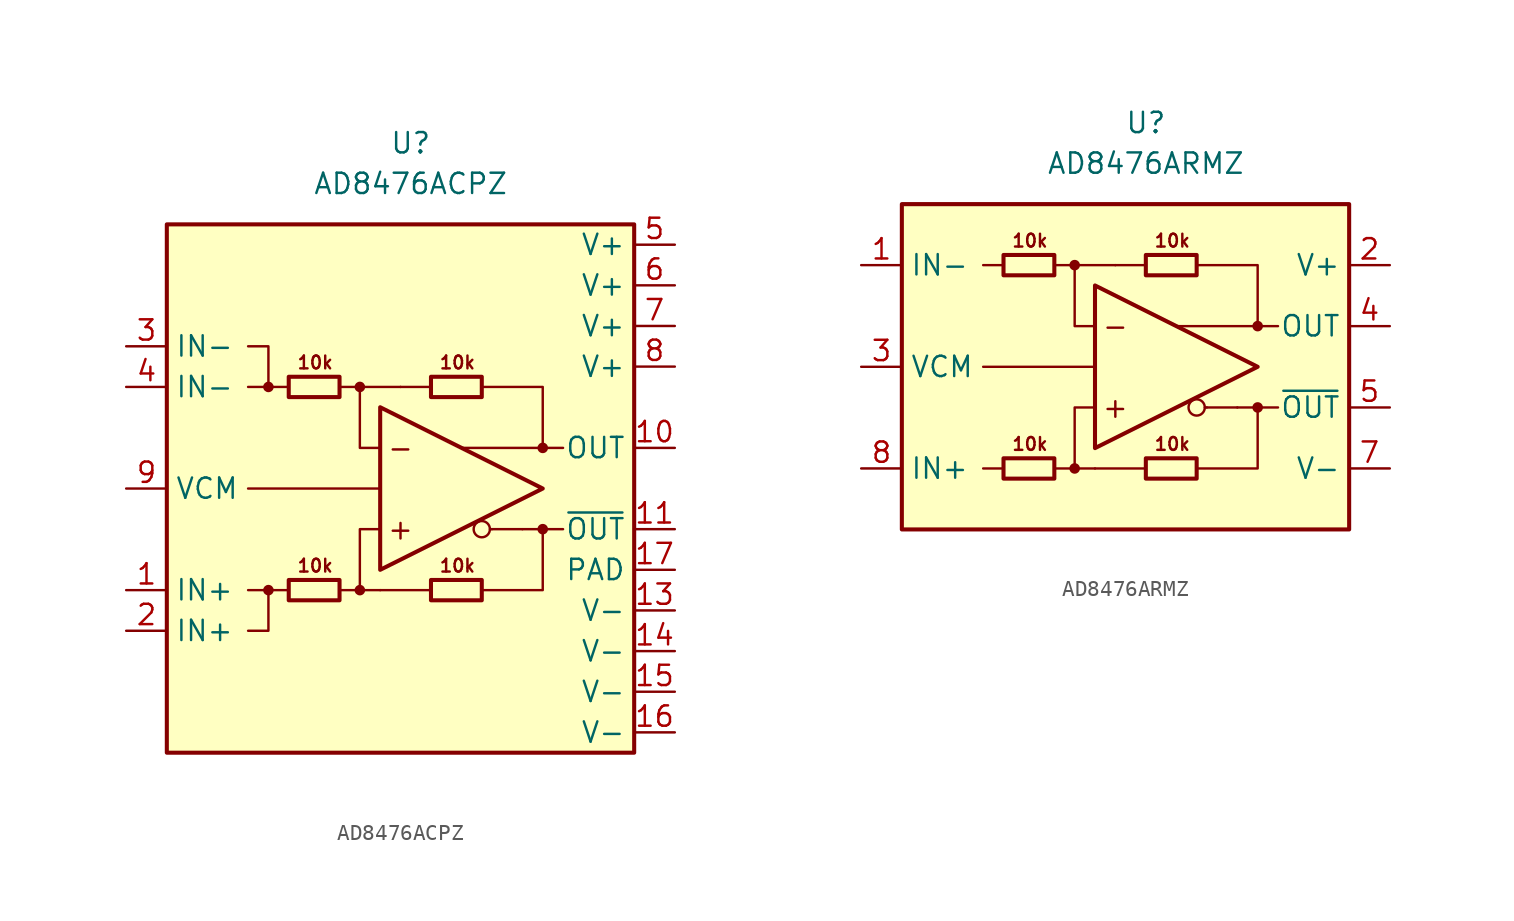
<source format=kicad_sym>
(kicad_symbol_lib
  (version 20211014)
  (generator kicad_symbol_editor)
  (symbol "AD8476ACPZ"
    (property "Reference" "U"
      (at 0 21.59 0)
      (effects (font (size 1.27 1.27))))
    (property "Value" "AD8476ACPZ"
      (at 0 19.05 0)
      (effects (font (size 1.27 1.27))))
    (symbol "AD8476ACPZ_0_0"
      (rectangle (start -15.24 16.51) (end 13.97 -16.51) (stroke (width 0.254) (type default) (color 0 0 0 0)) (fill (type background)))
      (circle (center -8.89 -6.35) (radius 0.254) (stroke (width 0.152) (type default) (color 0 0 0 0)) (fill (type outline)))
      (circle (center -8.89 6.35) (radius 0.254) (stroke (width 0.152) (type default) (color 0 0 0 0)) (fill (type outline)))
      (circle (center -3.175 -6.35) (radius 0.254) (stroke (width 0.152) (type default) (color 0 0 0 0)) (fill (type outline)))
      (circle (center -3.175 6.35) (radius 0.254) (stroke (width 0.152) (type default) (color 0 0 0 0)) (fill (type outline)))
      (polyline (pts (xy -7.62 -6.35) (xy -8.89 -6.35)) (stroke (width 0.152) (type default) (color 0 0 0 0)) (fill (type none)))
      (polyline (pts (xy -7.62 6.35) (xy -8.89 6.35)) (stroke (width 0.152) (type default) (color 0 0 0 0)) (fill (type none)))
      (polyline (pts (xy -3.175 6.35) (xy -0.635 6.35)) (stroke (width 0.152) (type default) (color 0 0 0 0)) (fill (type none)))
      (polyline (pts (xy -1.905 -6.35) (xy -3.175 -6.35)) (stroke (width 0.152) (type default) (color 0 0 0 0)) (fill (type none)))
      (polyline (pts (xy -1.905 0) (xy -10.16 0)) (stroke (width 0) (type default) (color 0 0 0 0)) (fill (type none)))
      (polyline (pts (xy 1.27 -6.35) (xy -1.905 -6.35)) (stroke (width 0.152) (type default) (color 0 0 0 0)) (fill (type none)))
      (polyline (pts (xy 1.27 6.35) (xy -0.635 6.35)) (stroke (width 0.152) (type default) (color 0 0 0 0)) (fill (type none)))
      (polyline (pts (xy 5.08 -2.54) (xy 4.953 -2.54)) (stroke (width 0.152) (type default) (color 0 0 0 0)) (fill (type none)))
      (polyline (pts (xy 6.985 -2.54) (xy 5.08 -2.54)) (stroke (width 0.152) (type default) (color 0 0 0 0)) (fill (type none)))
      (polyline (pts (xy 8.255 -2.54) (xy 9.525 -2.54)) (stroke (width 0.152) (type default) (color 0 0 0 0)) (fill (type none)))
      (polyline (pts (xy 8.255 2.54) (xy 9.525 2.54)) (stroke (width 0.152) (type default) (color 0 0 0 0)) (fill (type none)))
      (polyline (pts (xy -10.16 -6.35) (xy -8.89 -6.35) (xy -8.89 -8.89) (xy -10.16 -8.89)) (stroke (width 0.152) (type default) (color 0 0 0 0)) (fill (type none)))
      (polyline (pts (xy -10.16 6.35) (xy -8.89 6.35) (xy -8.89 8.89) (xy -10.16 8.89)) (stroke (width 0.152) (type default) (color 0 0 0 0)) (fill (type none)))
      (polyline (pts (xy -4.445 -6.35) (xy -3.175 -6.35) (xy -3.175 -2.54) (xy -1.905 -2.54)) (stroke (width 0.152) (type default) (color 0 0 0 0)) (fill (type none)))
      (polyline (pts (xy -1.905 2.54) (xy -3.175 2.54) (xy -3.175 6.35) (xy -4.445 6.35)) (stroke (width 0.152) (type default) (color 0 0 0 0)) (fill (type none)))
      (polyline (pts (xy 4.445 6.35) (xy 8.255 6.35) (xy 8.255 2.54) (xy 3.175 2.54)) (stroke (width 0.152) (type default) (color 0 0 0 0)) (fill (type none)))
      (polyline (pts (xy 6.985 -2.54) (xy 8.255 -2.54) (xy 8.255 -6.35) (xy 4.445 -6.35)) (stroke (width 0.152) (type default) (color 0 0 0 0)) (fill (type none)))
      (circle (center 4.445 -2.54) (radius 0.508) (stroke (width 0.152) (type default) (color 0 0 0 0)) (fill (type none)))
      (circle (center 8.255 -2.54) (radius 0.254) (stroke (width 0.152) (type default) (color 0 0 0 0)) (fill (type outline)))
      (circle (center 8.255 2.54) (radius 0.254) (stroke (width 0.152) (type default) (color 0 0 0 0)) (fill (type outline)))
      (text "+" (at -0.635 -2.54 0) (effects (font (size 1.27 1.27))))
      (text "-" (at -0.635 2.54 0) (effects (font (size 1.27 1.27))))
      (text "10k" (at -5.969 -4.826 0) (effects (font (size 0.8 0.8))))
      (text "10k" (at -5.969 7.874 0) (effects (font (size 0.8 0.8))))
      (text "10k" (at 2.921 -4.826 0) (effects (font (size 0.8 0.8))))
      (text "10k" (at 2.921 7.874 0) (effects (font (size 0.8 0.8)))))
    (symbol "AD8476ACPZ_0_1"
      (rectangle (start -7.62 -5.715) (end -4.445 -6.985) (stroke (width 0.254) (type default) (color 0 0 0 0)) (fill (type none)))
      (rectangle (start -7.62 6.985) (end -4.445 5.715) (stroke (width 0.254) (type default) (color 0 0 0 0)) (fill (type none)))
      (polyline (pts (xy -1.905 5.08) (xy -1.905 -5.08) (xy 8.255 0) (xy -1.905 5.08)) (stroke (width 0.254) (type default) (color 0 0 0 0)) (fill (type none)))
      (rectangle (start 1.27 -5.715) (end 4.445 -6.985) (stroke (width 0.254) (type default) (color 0 0 0 0)) (fill (type none)))
      (rectangle (start 1.27 6.985) (end 4.445 5.715) (stroke (width 0.254) (type default) (color 0 0 0 0)) (fill (type none))))
    (symbol "AD8476ACPZ_1_1"
      (pin input line (at -17.78 -6.35 0) (length 2.54) (name "IN+" (effects (font (size 1.27 1.27)))) (number "1" (effects (font (size 1.27 1.27)))))
      (pin output line (at 16.51 2.54 180) (length 2.54) (name "OUT" (effects (font (size 1.27 1.27)))) (number "10" (effects (font (size 1.27 1.27)))))
      (pin output line (at 16.51 -2.54 180) (length 2.54) (name "~{OUT}" (effects (font (size 1.27 1.27)))) (number "11" (effects (font (size 1.27 1.27)))))
      (pin no_connect line (at 1.27 -13.97 0) (length 2.54) hide (name "NC" (effects (font (size 1.27 1.27)))) (number "12" (effects (font (size 1.27 1.27)))))
      (pin power_in line (at 16.51 -7.62 180) (length 2.54) (name "V-" (effects (font (size 1.27 1.27)))) (number "13" (effects (font (size 1.27 1.27)))))
      (pin power_in line (at 16.51 -10.16 180) (length 2.54) (name "V-" (effects (font (size 1.27 1.27)))) (number "14" (effects (font (size 1.27 1.27)))))
      (pin power_in line (at 16.51 -12.7 180) (length 2.54) (name "V-" (effects (font (size 1.27 1.27)))) (number "15" (effects (font (size 1.27 1.27)))))
      (pin power_in line (at 16.51 -15.24 180) (length 2.54) (name "V-" (effects (font (size 1.27 1.27)))) (number "16" (effects (font (size 1.27 1.27)))))
      (pin power_in line (at 16.51 -5.08 180) (length 2.54) (name "PAD" (effects (font (size 1.27 1.27)))) (number "17" (effects (font (size 1.27 1.27)))))
      (pin input line (at -17.78 -8.89 0) (length 2.54) (name "IN+" (effects (font (size 1.27 1.27)))) (number "2" (effects (font (size 1.27 1.27)))))
      (pin input line (at -17.78 8.89 0) (length 2.54) (name "IN-" (effects (font (size 1.27 1.27)))) (number "3" (effects (font (size 1.27 1.27)))))
      (pin input line (at -17.78 6.35 0) (length 2.54) (name "IN-" (effects (font (size 1.27 1.27)))) (number "4" (effects (font (size 1.27 1.27)))))
      (pin power_in line (at 16.51 15.24 180) (length 2.54) (name "V+" (effects (font (size 1.27 1.27)))) (number "5" (effects (font (size 1.27 1.27)))))
      (pin power_in line (at 16.51 12.7 180) (length 2.54) (name "V+" (effects (font (size 1.27 1.27)))) (number "6" (effects (font (size 1.27 1.27)))))
      (pin power_in line (at 16.51 10.16 180) (length 2.54) (name "V+" (effects (font (size 1.27 1.27)))) (number "7" (effects (font (size 1.27 1.27)))))
      (pin power_in line (at 16.51 7.62 180) (length 2.54) (name "V+" (effects (font (size 1.27 1.27)))) (number "8" (effects (font (size 1.27 1.27)))))
      (pin input line (at -17.78 0 0) (length 2.54) (name "VCM" (effects (font (size 1.27 1.27)))) (number "9" (effects (font (size 1.27 1.27)))))))
  (symbol "AD8476ARMZ"
    (property "Reference" "U"
      (at 0 15.24 0)
      (effects (font (size 1.27 1.27))))
    (property "Value" "AD8476ARMZ"
      (at 0 12.7 0)
      (effects (font (size 1.27 1.27))))
    (symbol "AD8476ARMZ_0_0"
      (rectangle (start -15.24 10.16) (end 12.7 -10.16) (stroke (width 0.254) (type default) (color 0 0 0 0)) (fill (type background)))
      (circle (center -4.445 -6.35) (radius 0.254) (stroke (width 0.152) (type default) (color 0 0 0 0)) (fill (type outline)))
      (circle (center -4.445 6.35) (radius 0.254) (stroke (width 0.152) (type default) (color 0 0 0 0)) (fill (type outline)))
      (polyline (pts (xy -10.16 0) (xy -3.175 0)) (stroke (width 0) (type default) (color 0 0 0 0)) (fill (type none)))
      (polyline (pts (xy -8.89 -6.35) (xy -10.16 -6.35)) (stroke (width 0.152) (type default) (color 0 0 0 0)) (fill (type none)))
      (polyline (pts (xy -8.89 6.35) (xy -10.16 6.35)) (stroke (width 0.152) (type default) (color 0 0 0 0)) (fill (type none)))
      (polyline (pts (xy -4.445 6.35) (xy -1.905 6.35)) (stroke (width 0.152) (type default) (color 0 0 0 0)) (fill (type none)))
      (polyline (pts (xy -3.175 -6.35) (xy -4.445 -6.35)) (stroke (width 0.152) (type default) (color 0 0 0 0)) (fill (type none)))
      (polyline (pts (xy 0 -6.35) (xy -3.175 -6.35)) (stroke (width 0.152) (type default) (color 0 0 0 0)) (fill (type none)))
      (polyline (pts (xy 0 6.35) (xy -1.905 6.35)) (stroke (width 0.152) (type default) (color 0 0 0 0)) (fill (type none)))
      (polyline (pts (xy 3.81 -2.54) (xy 3.683 -2.54)) (stroke (width 0.152) (type default) (color 0 0 0 0)) (fill (type none)))
      (polyline (pts (xy 5.715 -2.54) (xy 3.81 -2.54)) (stroke (width 0.152) (type default) (color 0 0 0 0)) (fill (type none)))
      (polyline (pts (xy 6.985 -2.54) (xy 8.255 -2.54)) (stroke (width 0.152) (type default) (color 0 0 0 0)) (fill (type none)))
      (polyline (pts (xy 6.985 2.54) (xy 8.255 2.54)) (stroke (width 0.152) (type default) (color 0 0 0 0)) (fill (type none)))
      (polyline (pts (xy -5.715 -6.35) (xy -4.445 -6.35) (xy -4.445 -2.54) (xy -3.175 -2.54)) (stroke (width 0.152) (type default) (color 0 0 0 0)) (fill (type none)))
      (polyline (pts (xy -3.175 2.54) (xy -4.445 2.54) (xy -4.445 6.35) (xy -5.715 6.35)) (stroke (width 0.152) (type default) (color 0 0 0 0)) (fill (type none)))
      (polyline (pts (xy 3.175 6.35) (xy 6.985 6.35) (xy 6.985 2.54) (xy 1.905 2.54)) (stroke (width 0.152) (type default) (color 0 0 0 0)) (fill (type none)))
      (polyline (pts (xy 5.715 -2.54) (xy 6.985 -2.54) (xy 6.985 -6.35) (xy 3.175 -6.35)) (stroke (width 0.152) (type default) (color 0 0 0 0)) (fill (type none)))
      (circle (center 3.175 -2.54) (radius 0.508) (stroke (width 0.152) (type default) (color 0 0 0 0)) (fill (type none)))
      (circle (center 6.985 -2.54) (radius 0.254) (stroke (width 0.152) (type default) (color 0 0 0 0)) (fill (type outline)))
      (circle (center 6.985 2.54) (radius 0.254) (stroke (width 0.152) (type default) (color 0 0 0 0)) (fill (type outline)))
      (text "+" (at -1.905 -2.54 0) (effects (font (size 1.27 1.27))))
      (text "-" (at -1.905 2.54 0) (effects (font (size 1.27 1.27))))
      (text "10k" (at -7.239 -4.826 0) (effects (font (size 0.8 0.8))))
      (text "10k" (at -7.239 7.874 0) (effects (font (size 0.8 0.8))))
      (text "10k" (at 1.651 -4.826 0) (effects (font (size 0.8 0.8))))
      (text "10k" (at 1.651 7.874 0) (effects (font (size 0.8 0.8)))))
    (symbol "AD8476ARMZ_0_1"
      (rectangle (start -8.89 -5.715) (end -5.715 -6.985) (stroke (width 0.254) (type default) (color 0 0 0 0)) (fill (type none)))
      (rectangle (start -8.89 6.985) (end -5.715 5.715) (stroke (width 0.254) (type default) (color 0 0 0 0)) (fill (type none)))
      (rectangle (start 0 -5.715) (end 3.175 -6.985) (stroke (width 0.254) (type default) (color 0 0 0 0)) (fill (type none)))
      (polyline (pts (xy -3.175 5.08) (xy -3.175 -5.08) (xy 6.985 0) (xy -3.175 5.08)) (stroke (width 0.254) (type default) (color 0 0 0 0)) (fill (type none)))
      (rectangle (start 0 6.985) (end 3.175 5.715) (stroke (width 0.254) (type default) (color 0 0 0 0)) (fill (type none))))
    (symbol "AD8476ARMZ_1_1"
      (pin input line (at -17.78 6.35 0) (length 2.54) (name "IN-" (effects (font (size 1.27 1.27)))) (number "1" (effects (font (size 1.27 1.27)))))
      (pin power_in line (at 15.24 6.35 180) (length 2.54) (name "V+" (effects (font (size 1.27 1.27)))) (number "2" (effects (font (size 1.27 1.27)))))
      (pin input line (at -17.78 0 0) (length 2.54) (name "VCM" (effects (font (size 1.27 1.27)))) (number "3" (effects (font (size 1.27 1.27)))))
      (pin output line (at 15.24 2.54 180) (length 2.54) (name "OUT" (effects (font (size 1.27 1.27)))) (number "4" (effects (font (size 1.27 1.27)))))
      (pin output line (at 15.24 -2.54 180) (length 2.54) (name "~{OUT}" (effects (font (size 1.27 1.27)))) (number "5" (effects (font (size 1.27 1.27)))))
      (pin no_connect line (at -10.16 -2.54 0) (length 2.54) hide (name "NC" (effects (font (size 1.27 1.27)))) (number "6" (effects (font (size 1.27 1.27)))))
      (pin power_in line (at 15.24 -6.35 180) (length 2.54) (name "V-" (effects (font (size 1.27 1.27)))) (number "7" (effects (font (size 1.27 1.27)))))
      (pin input line (at -17.78 -6.35 0) (length 2.54) (name "IN+" (effects (font (size 1.27 1.27)))) (number "8" (effects (font (size 1.27 1.27))))))))
</source>
